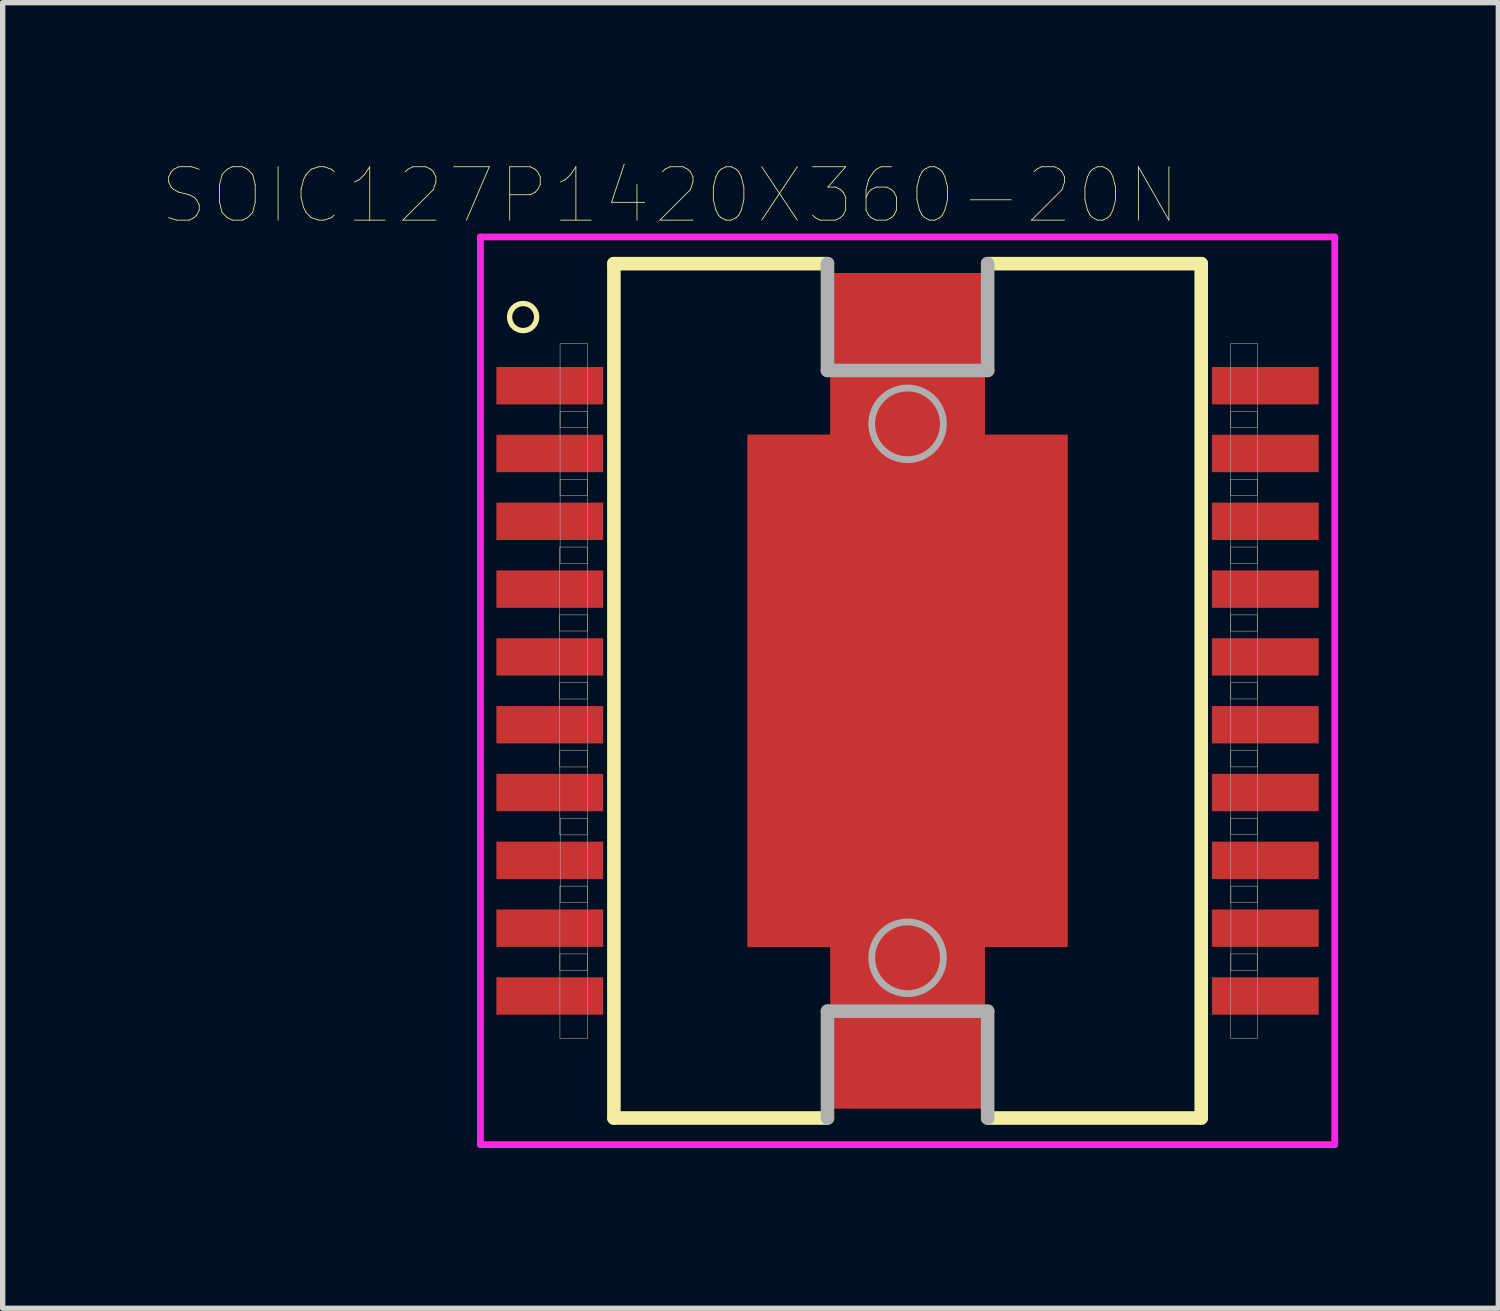
<source format=kicad_pcb>
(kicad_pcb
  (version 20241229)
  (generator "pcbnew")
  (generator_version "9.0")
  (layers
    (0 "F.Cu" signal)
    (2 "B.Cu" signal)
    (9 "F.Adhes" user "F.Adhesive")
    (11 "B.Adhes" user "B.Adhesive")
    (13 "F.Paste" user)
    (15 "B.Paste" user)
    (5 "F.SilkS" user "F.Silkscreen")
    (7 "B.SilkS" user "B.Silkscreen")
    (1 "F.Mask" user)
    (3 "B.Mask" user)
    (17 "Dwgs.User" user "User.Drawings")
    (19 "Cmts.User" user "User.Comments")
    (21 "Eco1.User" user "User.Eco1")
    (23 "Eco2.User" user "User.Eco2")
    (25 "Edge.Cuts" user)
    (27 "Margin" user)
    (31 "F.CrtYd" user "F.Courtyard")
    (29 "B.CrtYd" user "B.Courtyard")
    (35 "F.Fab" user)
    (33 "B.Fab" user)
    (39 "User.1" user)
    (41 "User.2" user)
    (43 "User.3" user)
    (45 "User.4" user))
  (footprint "SOIC127P1420X360-20N"
    (layer "F.Cu")
    (at 13.947 9.888)
    (property "Reference" "SOIC127P1420X360-20N" (at -4.448 -9.277 0) (layer "F.SilkS") (effects (font (size 1.001 1.001) (thickness 0.015))))
    (attr through_hole)
    (fp_line (start -5.5 8) (end -5.5 -8) (stroke (width 0.254) (type solid)) (layer "F.SilkS"))
    (fp_line (start -1.5 -8) (end -5.5 -8) (stroke (width 0.254) (type solid)) (layer "F.SilkS"))
    (fp_line (start -1.5 8) (end -5.5 8) (stroke (width 0.254) (type solid)) (layer "F.SilkS"))
    (fp_line (start 5.5 -8) (end 1.5 -8) (stroke (width 0.254) (type solid)) (layer "F.SilkS"))
    (fp_line (start 5.5 -8) (end 5.5 8) (stroke (width 0.254) (type solid)) (layer "F.SilkS"))
    (fp_line (start 5.5 8) (end 1.5 8) (stroke (width 0.254) (type solid)) (layer "F.SilkS"))
    (fp_circle (center -7.2 -7) (end -6.946 -7) (stroke (width 0.1) (type solid)) (fill no) (layer "F.SilkS"))
    (fp_poly (pts (xy -1.901 -3) (xy 1.9 -3) (xy 1.9 3.001) (xy -1.901 3.001)) (stroke (width 0.01) (type solid)) (fill yes) (layer "F.Paste"))
    (fp_line (start -8 -8.5) (end -8 8.5) (stroke (width 0.127) (type solid)) (layer "F.CrtYd"))
    (fp_line (start -8 8.5) (end 8 8.5) (stroke (width 0.127) (type solid)) (layer "F.CrtYd"))
    (fp_line (start 8 -8.5) (end -8 -8.5) (stroke (width 0.127) (type solid)) (layer "F.CrtYd"))
    (fp_line (start 8 8.5) (end 8 -8.5) (stroke (width 0.127) (type solid)) (layer "F.CrtYd"))
    (fp_line (start -1.5 -6) (end -1.5 -8) (stroke (width 0.254) (type solid)) (layer "F.Fab"))
    (fp_line (start -1.5 -6) (end 1.5 -6) (stroke (width 0.254) (type solid)) (layer "F.Fab"))
    (fp_line (start -1.5 6) (end 1.5 6) (stroke (width 0.254) (type solid)) (layer "F.Fab"))
    (fp_line (start -1.5 8) (end -1.5 6) (stroke (width 0.254) (type solid)) (layer "F.Fab"))
    (fp_line (start 1.5 -6) (end 1.5 -8) (stroke (width 0.254) (type solid)) (layer "F.Fab"))
    (fp_line (start 1.5 8) (end 1.5 6) (stroke (width 0.254) (type solid)) (layer "F.Fab"))
    (fp_circle (center 0 -5) (end 0.671 -5) (stroke (width 0.127) (type solid)) (fill no) (layer "F.Fab"))
    (fp_circle (center 0 5) (end 0.671 5) (stroke (width 0.127) (type solid)) (fill no) (layer "F.Fab"))
    (fp_poly (pts (xy -6.515 -2.692) (xy -5.994 -2.692) (xy -5.994 -1.12) (xy -6.515 -1.12)) (stroke (width 0.01) (type solid)) (fill no) (layer "F.Fab"))
    (fp_poly (pts (xy -6.514 -1.422) (xy -5.994 -1.422) (xy -5.994 0.153) (xy -6.514 0.153)) (stroke (width 0.01) (type solid)) (fill no) (layer "F.Fab"))
    (fp_poly (pts (xy -6.514 -0.152) (xy -5.994 -0.152) (xy -5.994 1.425) (xy -6.514 1.425)) (stroke (width 0.01) (type solid)) (fill no) (layer "F.Fab"))
    (fp_poly (pts (xy -6.513 1.118) (xy -5.994 1.118) (xy -5.994 2.697) (xy -6.513 2.697)) (stroke (width 0.01) (type solid)) (fill no) (layer "F.Fab"))
    (fp_poly (pts (xy -6.512 3.658) (xy -5.994 3.658) (xy -5.994 5.24) (xy -6.512 5.24)) (stroke (width 0.01) (type solid)) (fill no) (layer "F.Fab"))
    (fp_poly (pts (xy -6.511 4.928) (xy -5.994 4.928) (xy -5.994 6.511) (xy -6.511 6.511)) (stroke (width 0.01) (type solid)) (fill no) (layer "F.Fab"))
    (fp_poly (pts (xy -6.508 -5.232) (xy -5.994 -5.232) (xy -5.994 -3.661) (xy -6.508 -3.661)) (stroke (width 0.01) (type solid)) (fill no) (layer "F.Fab"))
    (fp_poly (pts (xy -6.508 -6.502) (xy -5.994 -6.502) (xy -5.994 -4.932) (xy -6.508 -4.932)) (stroke (width 0.01) (type solid)) (fill no) (layer "F.Fab"))
    (fp_poly (pts (xy -6.507 -3.962) (xy -5.994 -3.962) (xy -5.994 -2.389) (xy -6.507 -2.389)) (stroke (width 0.01) (type solid)) (fill no) (layer "F.Fab"))
    (fp_poly (pts (xy -6.505 2.388) (xy -5.994 2.388) (xy -5.994 3.964) (xy -6.505 3.964)) (stroke (width 0.01) (type solid)) (fill no) (layer "F.Fab"))
    (fp_poly (pts (xy 6.046 -5.232) (xy 6.553 -5.232) (xy 6.553 -3.658) (xy 6.046 -3.658)) (stroke (width 0.01) (type solid)) (fill no) (layer "F.Fab"))
    (fp_poly (pts (xy 6.048 2.388) (xy 6.553 2.388) (xy 6.553 3.964) (xy 6.048 3.964)) (stroke (width 0.01) (type solid)) (fill no) (layer "F.Fab"))
    (fp_poly (pts (xy 6.048 -3.962) (xy 6.553 -3.962) (xy 6.553 -2.389) (xy 6.048 -2.389)) (stroke (width 0.01) (type solid)) (fill no) (layer "F.Fab"))
    (fp_poly (pts (xy 6.048 -1.422) (xy 6.553 -1.422) (xy 6.553 0.152) (xy 6.048 0.152)) (stroke (width 0.01) (type solid)) (fill no) (layer "F.Fab"))
    (fp_poly (pts (xy 6.049 -2.692) (xy 6.553 -2.692) (xy 6.553 -1.118) (xy 6.049 -1.118)) (stroke (width 0.01) (type solid)) (fill no) (layer "F.Fab"))
    (fp_poly (pts (xy 6.05 4.928) (xy 6.553 4.928) (xy 6.553 6.507) (xy 6.05 6.507)) (stroke (width 0.01) (type solid)) (fill no) (layer "F.Fab"))
    (fp_poly (pts (xy 6.051 -6.502) (xy 6.553 -6.502) (xy 6.553 -4.932) (xy 6.051 -4.932)) (stroke (width 0.01) (type solid)) (fill no) (layer "F.Fab"))
    (fp_poly (pts (xy 6.051 1.118) (xy 6.553 1.118) (xy 6.553 2.695) (xy 6.051 2.695)) (stroke (width 0.01) (type solid)) (fill no) (layer "F.Fab"))
    (fp_poly (pts (xy 6.053 -0.152) (xy 6.553 -0.152) (xy 6.553 1.424) (xy 6.053 1.424)) (stroke (width 0.01) (type solid)) (fill no) (layer "F.Fab"))
    (fp_poly (pts (xy 6.056 3.658) (xy 6.553 3.658) (xy 6.553 5.242) (xy 6.056 5.242)) (stroke (width 0.01) (type solid)) (fill no) (layer "F.Fab"))
    (pad "1" smd rect (at -6.7 -5.715) (size 2 0.7) (layers "F.Cu" "F.Mask" "F.Paste"))
    (pad "2" smd rect (at -6.7 -4.445) (size 2 0.7) (layers "F.Cu" "F.Mask" "F.Paste"))
    (pad "3" smd rect (at -6.7 -3.175) (size 2 0.7) (layers "F.Cu" "F.Mask" "F.Paste"))
    (pad "4" smd rect (at -6.7 -1.905) (size 2 0.7) (layers "F.Cu" "F.Mask" "F.Paste"))
    (pad "5" smd rect (at -6.7 -0.635) (size 2 0.7) (layers "F.Cu" "F.Mask" "F.Paste"))
    (pad "6" smd rect (at -6.7 0.635) (size 2 0.7) (layers "F.Cu" "F.Mask" "F.Paste"))
    (pad "7" smd rect (at -6.7 1.905) (size 2 0.7) (layers "F.Cu" "F.Mask" "F.Paste"))
    (pad "8" smd rect (at -6.7 3.175) (size 2 0.7) (layers "F.Cu" "F.Mask" "F.Paste"))
    (pad "9" smd rect (at -6.7 4.445) (size 2 0.7) (layers "F.Cu" "F.Mask" "F.Paste"))
    (pad "10" smd rect (at -6.7 5.715) (size 2 0.7) (layers "F.Cu" "F.Mask" "F.Paste"))
    (pad "11" smd rect (at 6.7 5.715) (size 2 0.7) (layers "F.Cu" "F.Mask" "F.Paste"))
    (pad "12" smd rect (at 6.7 4.445) (size 2 0.7) (layers "F.Cu" "F.Mask" "F.Paste"))
    (pad "13" smd rect (at 6.7 3.175) (size 2 0.7) (layers "F.Cu" "F.Mask" "F.Paste"))
    (pad "14" smd rect (at 6.7 1.905) (size 2 0.7) (layers "F.Cu" "F.Mask" "F.Paste"))
    (pad "15" smd rect (at 6.7 0.635) (size 2 0.7) (layers "F.Cu" "F.Mask" "F.Paste"))
    (pad "16" smd rect (at 6.7 -0.635) (size 2 0.7) (layers "F.Cu" "F.Mask" "F.Paste"))
    (pad "17" smd rect (at 6.7 -1.905) (size 2 0.7) (layers "F.Cu" "F.Mask" "F.Paste"))
    (pad "18" smd rect (at 6.7 -3.175) (size 2 0.7) (layers "F.Cu" "F.Mask" "F.Paste"))
    (pad "19" smd rect (at 6.7 -4.445) (size 2 0.7) (layers "F.Cu" "F.Mask" "F.Paste"))
    (pad "20" smd rect (at 6.7 -5.715) (size 2 0.7) (layers "F.Cu" "F.Mask" "F.Paste"))
    (pad "21" smd rect (at 0 0) (size 6 9.6) (layers "F.Cu" "F.Mask"))
    (pad "22" smd rect (at 0 -6.3) (size 2.9 3.05) (layers "F.Cu" "F.Mask"))
    (pad "23" smd rect (at 0 6.3) (size 2.9 3.05) (layers "F.Cu" "F.Mask")))
  (gr_rect
    (start -3 -3)
    (end 25.011 21.452)
    (stroke (width 0.1) (type default))
    (fill no)
    (layer "Edge.Cuts")))
</source>
